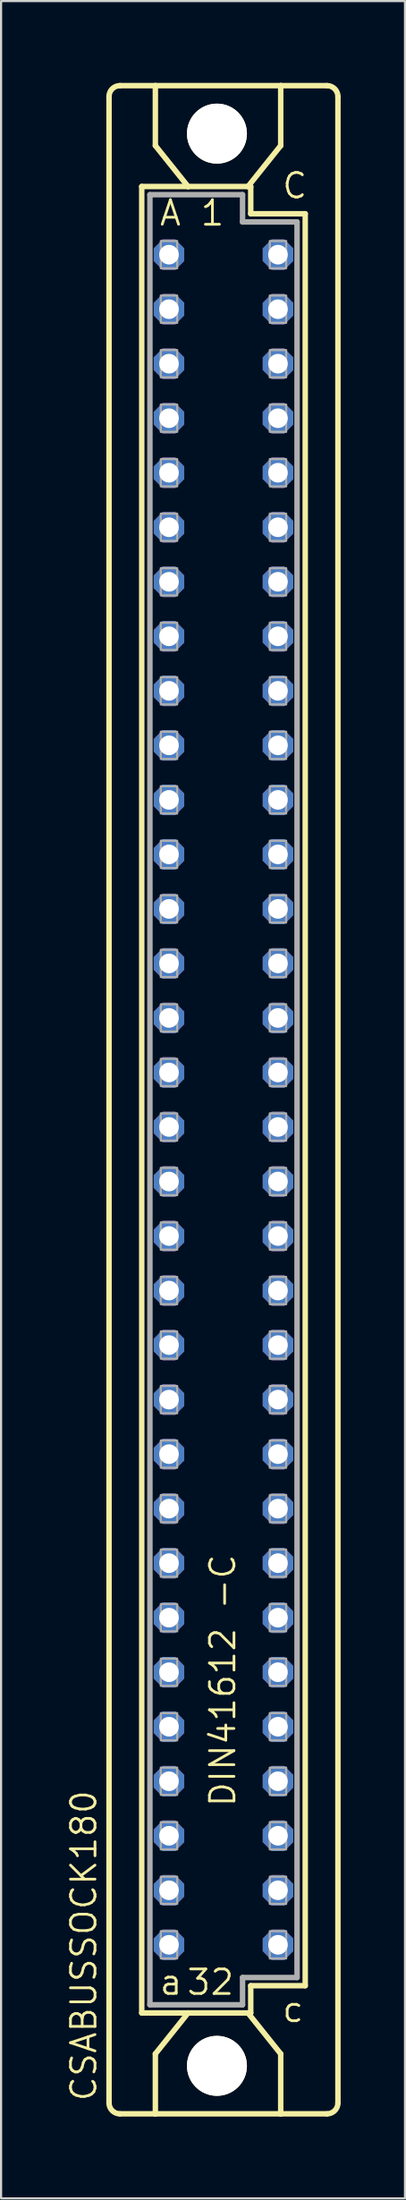
<source format=kicad_pcb>
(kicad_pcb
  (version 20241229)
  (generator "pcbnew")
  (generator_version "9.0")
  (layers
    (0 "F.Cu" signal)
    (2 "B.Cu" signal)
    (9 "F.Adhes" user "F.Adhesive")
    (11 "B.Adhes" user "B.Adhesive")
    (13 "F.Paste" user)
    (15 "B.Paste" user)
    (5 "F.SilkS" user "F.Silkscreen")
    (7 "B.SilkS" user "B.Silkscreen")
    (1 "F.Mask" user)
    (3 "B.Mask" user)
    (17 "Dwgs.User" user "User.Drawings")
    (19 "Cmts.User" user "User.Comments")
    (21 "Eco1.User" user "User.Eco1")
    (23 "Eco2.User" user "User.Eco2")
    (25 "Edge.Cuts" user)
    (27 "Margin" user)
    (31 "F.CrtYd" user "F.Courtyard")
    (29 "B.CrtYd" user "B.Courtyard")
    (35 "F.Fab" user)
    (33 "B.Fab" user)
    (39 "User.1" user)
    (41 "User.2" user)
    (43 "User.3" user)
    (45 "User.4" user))
  (footprint "CSABUSSOCK180"
    (layer "F.Cu")
    (at 7.366 50.724)
    (property "Reference" "CSABUSSOCK180" (at -5.842 44.196 90) (layer "F.SilkS") (effects (font (size 1.143 1.143) (thickness 0.127)) (justify left bottom)))
    (fp_line (start -5.334 44.196) (end -5.334 -49.276) (stroke (width 0.254) (type solid)) (layer "F.SilkS"))
    (fp_line (start -4.826 -49.784) (end -3.175 -49.784) (stroke (width 0.254) (type solid)) (layer "F.SilkS"))
    (fp_line (start -4.826 44.704) (end -3.175 44.704) (stroke (width 0.254) (type solid)) (layer "F.SilkS"))
    (fp_line (start -3.81 -45.085) (end -3.81 40.005) (stroke (width 0.254) (type solid)) (layer "F.SilkS"))
    (fp_line (start -3.81 40.005) (end -1.651 40.005) (stroke (width 0.254) (type solid)) (layer "F.SilkS"))
    (fp_line (start -3.175 -49.784) (end -3.175 -46.99) (stroke (width 0.254) (type solid)) (layer "F.SilkS"))
    (fp_line (start -3.175 44.704) (end -3.175 41.91) (stroke (width 0.254) (type solid)) (layer "F.SilkS"))
    (fp_line (start -3.175 44.704) (end 2.667 44.704) (stroke (width 0.254) (type solid)) (layer "F.SilkS"))
    (fp_line (start -1.651 -45.085) (end -3.81 -45.085) (stroke (width 0.254) (type solid)) (layer "F.SilkS"))
    (fp_line (start -1.651 -45.085) (end -3.175 -46.99) (stroke (width 0.254) (type solid)) (layer "F.SilkS"))
    (fp_line (start -1.651 40.005) (end -3.175 41.91) (stroke (width 0.254) (type solid)) (layer "F.SilkS"))
    (fp_line (start -1.651 40.005) (end 1.143 40.005) (stroke (width 0.254) (type solid)) (layer "F.SilkS"))
    (fp_line (start 1.143 -45.085) (end -1.651 -45.085) (stroke (width 0.254) (type solid)) (layer "F.SilkS"))
    (fp_line (start 1.143 -45.085) (end 2.667 -46.99) (stroke (width 0.254) (type solid)) (layer "F.SilkS"))
    (fp_line (start 1.143 40.005) (end 1.27 40.005) (stroke (width 0.254) (type solid)) (layer "F.SilkS"))
    (fp_line (start 1.143 40.005) (end 2.667 41.91) (stroke (width 0.254) (type solid)) (layer "F.SilkS"))
    (fp_line (start 1.27 -45.085) (end 1.143 -45.085) (stroke (width 0.254) (type solid)) (layer "F.SilkS"))
    (fp_line (start 1.27 -43.815) (end 1.27 -45.085) (stroke (width 0.254) (type solid)) (layer "F.SilkS"))
    (fp_line (start 1.27 38.735) (end 3.81 38.735) (stroke (width 0.254) (type solid)) (layer "F.SilkS"))
    (fp_line (start 1.27 40.005) (end 1.27 38.735) (stroke (width 0.254) (type solid)) (layer "F.SilkS"))
    (fp_line (start 2.667 -49.784) (end -3.175 -49.784) (stroke (width 0.254) (type solid)) (layer "F.SilkS"))
    (fp_line (start 2.667 -49.784) (end 2.667 -46.99) (stroke (width 0.254) (type solid)) (layer "F.SilkS"))
    (fp_line (start 2.667 44.704) (end 2.667 41.91) (stroke (width 0.254) (type solid)) (layer "F.SilkS"))
    (fp_line (start 2.667 44.704) (end 4.826 44.704) (stroke (width 0.254) (type solid)) (layer "F.SilkS"))
    (fp_line (start 3.81 -43.815) (end 1.27 -43.815) (stroke (width 0.254) (type solid)) (layer "F.SilkS"))
    (fp_line (start 3.81 38.735) (end 3.81 -43.815) (stroke (width 0.254) (type solid)) (layer "F.SilkS"))
    (fp_line (start 4.826 -49.784) (end 2.667 -49.784) (stroke (width 0.254) (type solid)) (layer "F.SilkS"))
    (fp_line (start 5.334 44.196) (end 5.334 -49.276) (stroke (width 0.254) (type solid)) (layer "F.SilkS"))
    (fp_arc (start -5.334 -49.276) (mid -5.18521 -49.63521) (end -4.826 -49.784) (stroke (width 0.254) (type solid)) (layer "F.SilkS"))
    (fp_arc (start -4.826 44.704) (mid -5.18521 44.55521) (end -5.334 44.196) (stroke (width 0.254) (type solid)) (layer "F.SilkS"))
    (fp_arc (start 4.826 -49.784) (mid 5.18521 -49.63521) (end 5.334 -49.276) (stroke (width 0.254) (type solid)) (layer "F.SilkS"))
    (fp_arc (start 5.334 44.196) (mid 5.18521 44.55521) (end 4.826 44.704) (stroke (width 0.254) (type solid)) (layer "F.SilkS"))
    (fp_circle (center -0.305 -47.549) (end 0.965 -47.549) (stroke (width 0.254) (type solid)) (fill no) (layer "F.SilkS"))
    (fp_circle (center -0.305 42.469) (end 0.965 42.469) (stroke (width 0.254) (type solid)) (fill no) (layer "F.SilkS"))
    (fp_line (start -3.429 -44.704) (end -3.429 39.624) (stroke (width 0.254) (type solid)) (layer "F.Fab"))
    (fp_line (start -3.429 -44.704) (end 0.889 -44.704) (stroke (width 0.254) (type solid)) (layer "F.Fab"))
    (fp_line (start -3.429 39.624) (end 0.889 39.624) (stroke (width 0.254) (type solid)) (layer "F.Fab"))
    (fp_line (start 0.889 -44.704) (end 0.889 -43.434) (stroke (width 0.254) (type solid)) (layer "F.Fab"))
    (fp_line (start 0.889 -43.434) (end 3.429 -43.434) (stroke (width 0.254) (type solid)) (layer "F.Fab"))
    (fp_line (start 0.889 38.354) (end 3.429 38.354) (stroke (width 0.254) (type solid)) (layer "F.Fab"))
    (fp_line (start 0.889 39.624) (end 0.889 38.354) (stroke (width 0.254) (type solid)) (layer "F.Fab"))
    (fp_line (start 3.429 -43.434) (end 3.429 38.354) (stroke (width 0.254) (type solid)) (layer "F.Fab"))
    (fp_poly (pts (xy -2.921 -41.275) (xy -2.159 -41.275) (xy -2.159 -42.545) (xy -2.921 -42.545)) (stroke (width 0.1) (type default)) (fill no) (layer "F.Fab"))
    (fp_poly (pts (xy -2.921 -38.735) (xy -2.159 -38.735) (xy -2.159 -40.005) (xy -2.921 -40.005)) (stroke (width 0.1) (type default)) (fill no) (layer "F.Fab"))
    (fp_poly (pts (xy -2.921 -36.195) (xy -2.159 -36.195) (xy -2.159 -37.465) (xy -2.921 -37.465)) (stroke (width 0.1) (type default)) (fill no) (layer "F.Fab"))
    (fp_poly (pts (xy -2.921 -33.655) (xy -2.159 -33.655) (xy -2.159 -34.925) (xy -2.921 -34.925)) (stroke (width 0.1) (type default)) (fill no) (layer "F.Fab"))
    (fp_poly (pts (xy -2.921 -31.115) (xy -2.159 -31.115) (xy -2.159 -32.385) (xy -2.921 -32.385)) (stroke (width 0.1) (type default)) (fill no) (layer "F.Fab"))
    (fp_poly (pts (xy -2.921 -28.575) (xy -2.159 -28.575) (xy -2.159 -29.845) (xy -2.921 -29.845)) (stroke (width 0.1) (type default)) (fill no) (layer "F.Fab"))
    (fp_poly (pts (xy -2.921 -26.035) (xy -2.159 -26.035) (xy -2.159 -27.305) (xy -2.921 -27.305)) (stroke (width 0.1) (type default)) (fill no) (layer "F.Fab"))
    (fp_poly (pts (xy -2.921 -23.495) (xy -2.159 -23.495) (xy -2.159 -24.765) (xy -2.921 -24.765)) (stroke (width 0.1) (type default)) (fill no) (layer "F.Fab"))
    (fp_poly (pts (xy -2.921 -20.955) (xy -2.159 -20.955) (xy -2.159 -22.225) (xy -2.921 -22.225)) (stroke (width 0.1) (type default)) (fill no) (layer "F.Fab"))
    (fp_poly (pts (xy -2.921 -18.415) (xy -2.159 -18.415) (xy -2.159 -19.685) (xy -2.921 -19.685)) (stroke (width 0.1) (type default)) (fill no) (layer "F.Fab"))
    (fp_poly (pts (xy -2.921 -15.875) (xy -2.159 -15.875) (xy -2.159 -17.145) (xy -2.921 -17.145)) (stroke (width 0.1) (type default)) (fill no) (layer "F.Fab"))
    (fp_poly (pts (xy -2.921 -13.335) (xy -2.159 -13.335) (xy -2.159 -14.605) (xy -2.921 -14.605)) (stroke (width 0.1) (type default)) (fill no) (layer "F.Fab"))
    (fp_poly (pts (xy -2.921 -10.795) (xy -2.159 -10.795) (xy -2.159 -12.065) (xy -2.921 -12.065)) (stroke (width 0.1) (type default)) (fill no) (layer "F.Fab"))
    (fp_poly (pts (xy -2.921 -8.255) (xy -2.159 -8.255) (xy -2.159 -9.525) (xy -2.921 -9.525)) (stroke (width 0.1) (type default)) (fill no) (layer "F.Fab"))
    (fp_poly (pts (xy -2.921 -5.715) (xy -2.159 -5.715) (xy -2.159 -6.985) (xy -2.921 -6.985)) (stroke (width 0.1) (type default)) (fill no) (layer "F.Fab"))
    (fp_poly (pts (xy -2.921 -3.175) (xy -2.159 -3.175) (xy -2.159 -4.445) (xy -2.921 -4.445)) (stroke (width 0.1) (type default)) (fill no) (layer "F.Fab"))
    (fp_poly (pts (xy -2.921 -0.635) (xy -2.159 -0.635) (xy -2.159 -1.905) (xy -2.921 -1.905)) (stroke (width 0.1) (type default)) (fill no) (layer "F.Fab"))
    (fp_poly (pts (xy -2.921 1.905) (xy -2.159 1.905) (xy -2.159 0.635) (xy -2.921 0.635)) (stroke (width 0.1) (type default)) (fill no) (layer "F.Fab"))
    (fp_poly (pts (xy -2.921 4.445) (xy -2.159 4.445) (xy -2.159 3.175) (xy -2.921 3.175)) (stroke (width 0.1) (type default)) (fill no) (layer "F.Fab"))
    (fp_poly (pts (xy -2.921 6.985) (xy -2.159 6.985) (xy -2.159 5.715) (xy -2.921 5.715)) (stroke (width 0.1) (type default)) (fill no) (layer "F.Fab"))
    (fp_poly (pts (xy -2.921 9.525) (xy -2.159 9.525) (xy -2.159 8.255) (xy -2.921 8.255)) (stroke (width 0.1) (type default)) (fill no) (layer "F.Fab"))
    (fp_poly (pts (xy -2.921 12.065) (xy -2.159 12.065) (xy -2.159 10.795) (xy -2.921 10.795)) (stroke (width 0.1) (type default)) (fill no) (layer "F.Fab"))
    (fp_poly (pts (xy -2.921 14.605) (xy -2.159 14.605) (xy -2.159 13.335) (xy -2.921 13.335)) (stroke (width 0.1) (type default)) (fill no) (layer "F.Fab"))
    (fp_poly (pts (xy -2.921 17.145) (xy -2.159 17.145) (xy -2.159 15.875) (xy -2.921 15.875)) (stroke (width 0.1) (type default)) (fill no) (layer "F.Fab"))
    (fp_poly (pts (xy -2.921 19.685) (xy -2.159 19.685) (xy -2.159 18.415) (xy -2.921 18.415)) (stroke (width 0.1) (type default)) (fill no) (layer "F.Fab"))
    (fp_poly (pts (xy -2.921 22.225) (xy -2.159 22.225) (xy -2.159 20.955) (xy -2.921 20.955)) (stroke (width 0.1) (type default)) (fill no) (layer "F.Fab"))
    (fp_poly (pts (xy -2.921 24.765) (xy -2.159 24.765) (xy -2.159 23.495) (xy -2.921 23.495)) (stroke (width 0.1) (type default)) (fill no) (layer "F.Fab"))
    (fp_poly (pts (xy -2.921 27.305) (xy -2.159 27.305) (xy -2.159 26.035) (xy -2.921 26.035)) (stroke (width 0.1) (type default)) (fill no) (layer "F.Fab"))
    (fp_poly (pts (xy -2.921 29.845) (xy -2.159 29.845) (xy -2.159 28.575) (xy -2.921 28.575)) (stroke (width 0.1) (type default)) (fill no) (layer "F.Fab"))
    (fp_poly (pts (xy -2.921 32.385) (xy -2.159 32.385) (xy -2.159 31.115) (xy -2.921 31.115)) (stroke (width 0.1) (type default)) (fill no) (layer "F.Fab"))
    (fp_poly (pts (xy -2.921 34.925) (xy -2.159 34.925) (xy -2.159 33.655) (xy -2.921 33.655)) (stroke (width 0.1) (type default)) (fill no) (layer "F.Fab"))
    (fp_poly (pts (xy -2.921 37.465) (xy -2.159 37.465) (xy -2.159 36.195) (xy -2.921 36.195)) (stroke (width 0.1) (type default)) (fill no) (layer "F.Fab"))
    (fp_poly (pts (xy 2.159 -41.275) (xy 2.921 -41.275) (xy 2.921 -42.545) (xy 2.159 -42.545)) (stroke (width 0.1) (type default)) (fill no) (layer "F.Fab"))
    (fp_poly (pts (xy 2.159 -38.735) (xy 2.921 -38.735) (xy 2.921 -40.005) (xy 2.159 -40.005)) (stroke (width 0.1) (type default)) (fill no) (layer "F.Fab"))
    (fp_poly (pts (xy 2.159 -36.195) (xy 2.921 -36.195) (xy 2.921 -37.465) (xy 2.159 -37.465)) (stroke (width 0.1) (type default)) (fill no) (layer "F.Fab"))
    (fp_poly (pts (xy 2.159 -33.655) (xy 2.921 -33.655) (xy 2.921 -34.925) (xy 2.159 -34.925)) (stroke (width 0.1) (type default)) (fill no) (layer "F.Fab"))
    (fp_poly (pts (xy 2.159 -31.115) (xy 2.921 -31.115) (xy 2.921 -32.385) (xy 2.159 -32.385)) (stroke (width 0.1) (type default)) (fill no) (layer "F.Fab"))
    (fp_poly (pts (xy 2.159 -28.575) (xy 2.921 -28.575) (xy 2.921 -29.845) (xy 2.159 -29.845)) (stroke (width 0.1) (type default)) (fill no) (layer "F.Fab"))
    (fp_poly (pts (xy 2.159 -26.035) (xy 2.921 -26.035) (xy 2.921 -27.305) (xy 2.159 -27.305)) (stroke (width 0.1) (type default)) (fill no) (layer "F.Fab"))
    (fp_poly (pts (xy 2.159 -23.495) (xy 2.921 -23.495) (xy 2.921 -24.765) (xy 2.159 -24.765)) (stroke (width 0.1) (type default)) (fill no) (layer "F.Fab"))
    (fp_poly (pts (xy 2.159 -20.955) (xy 2.921 -20.955) (xy 2.921 -22.225) (xy 2.159 -22.225)) (stroke (width 0.1) (type default)) (fill no) (layer "F.Fab"))
    (fp_poly (pts (xy 2.159 -18.415) (xy 2.921 -18.415) (xy 2.921 -19.685) (xy 2.159 -19.685)) (stroke (width 0.1) (type default)) (fill no) (layer "F.Fab"))
    (fp_poly (pts (xy 2.159 -15.875) (xy 2.921 -15.875) (xy 2.921 -17.145) (xy 2.159 -17.145)) (stroke (width 0.1) (type default)) (fill no) (layer "F.Fab"))
    (fp_poly (pts (xy 2.159 -13.335) (xy 2.921 -13.335) (xy 2.921 -14.605) (xy 2.159 -14.605)) (stroke (width 0.1) (type default)) (fill no) (layer "F.Fab"))
    (fp_poly (pts (xy 2.159 -10.795) (xy 2.921 -10.795) (xy 2.921 -12.065) (xy 2.159 -12.065)) (stroke (width 0.1) (type default)) (fill no) (layer "F.Fab"))
    (fp_poly (pts (xy 2.159 -8.255) (xy 2.921 -8.255) (xy 2.921 -9.525) (xy 2.159 -9.525)) (stroke (width 0.1) (type default)) (fill no) (layer "F.Fab"))
    (fp_poly (pts (xy 2.159 -5.715) (xy 2.921 -5.715) (xy 2.921 -6.985) (xy 2.159 -6.985)) (stroke (width 0.1) (type default)) (fill no) (layer "F.Fab"))
    (fp_poly (pts (xy 2.159 -3.175) (xy 2.921 -3.175) (xy 2.921 -4.445) (xy 2.159 -4.445)) (stroke (width 0.1) (type default)) (fill no) (layer "F.Fab"))
    (fp_poly (pts (xy 2.159 -0.635) (xy 2.921 -0.635) (xy 2.921 -1.905) (xy 2.159 -1.905)) (stroke (width 0.1) (type default)) (fill no) (layer "F.Fab"))
    (fp_poly (pts (xy 2.159 1.905) (xy 2.921 1.905) (xy 2.921 0.635) (xy 2.159 0.635)) (stroke (width 0.1) (type default)) (fill no) (layer "F.Fab"))
    (fp_poly (pts (xy 2.159 4.445) (xy 2.921 4.445) (xy 2.921 3.175) (xy 2.159 3.175)) (stroke (width 0.1) (type default)) (fill no) (layer "F.Fab"))
    (fp_poly (pts (xy 2.159 6.985) (xy 2.921 6.985) (xy 2.921 5.715) (xy 2.159 5.715)) (stroke (width 0.1) (type default)) (fill no) (layer "F.Fab"))
    (fp_poly (pts (xy 2.159 9.525) (xy 2.921 9.525) (xy 2.921 8.255) (xy 2.159 8.255)) (stroke (width 0.1) (type default)) (fill no) (layer "F.Fab"))
    (fp_poly (pts (xy 2.159 12.065) (xy 2.921 12.065) (xy 2.921 10.795) (xy 2.159 10.795)) (stroke (width 0.1) (type default)) (fill no) (layer "F.Fab"))
    (fp_poly (pts (xy 2.159 14.605) (xy 2.921 14.605) (xy 2.921 13.335) (xy 2.159 13.335)) (stroke (width 0.1) (type default)) (fill no) (layer "F.Fab"))
    (fp_poly (pts (xy 2.159 17.145) (xy 2.921 17.145) (xy 2.921 15.875) (xy 2.159 15.875)) (stroke (width 0.1) (type default)) (fill no) (layer "F.Fab"))
    (fp_poly (pts (xy 2.159 19.685) (xy 2.921 19.685) (xy 2.921 18.415) (xy 2.159 18.415)) (stroke (width 0.1) (type default)) (fill no) (layer "F.Fab"))
    (fp_poly (pts (xy 2.159 22.225) (xy 2.921 22.225) (xy 2.921 20.955) (xy 2.159 20.955)) (stroke (width 0.1) (type default)) (fill no) (layer "F.Fab"))
    (fp_poly (pts (xy 2.159 24.765) (xy 2.921 24.765) (xy 2.921 23.495) (xy 2.159 23.495)) (stroke (width 0.1) (type default)) (fill no) (layer "F.Fab"))
    (fp_poly (pts (xy 2.159 27.305) (xy 2.921 27.305) (xy 2.921 26.035) (xy 2.159 26.035)) (stroke (width 0.1) (type default)) (fill no) (layer "F.Fab"))
    (fp_poly (pts (xy 2.159 29.845) (xy 2.921 29.845) (xy 2.921 28.575) (xy 2.159 28.575)) (stroke (width 0.1) (type default)) (fill no) (layer "F.Fab"))
    (fp_poly (pts (xy 2.159 32.385) (xy 2.921 32.385) (xy 2.921 31.115) (xy 2.159 31.115)) (stroke (width 0.1) (type default)) (fill no) (layer "F.Fab"))
    (fp_poly (pts (xy 2.159 34.925) (xy 2.921 34.925) (xy 2.921 33.655) (xy 2.159 33.655)) (stroke (width 0.1) (type default)) (fill no) (layer "F.Fab"))
    (fp_poly (pts (xy 2.159 37.465) (xy 2.921 37.465) (xy 2.921 36.195) (xy 2.159 36.195)) (stroke (width 0.1) (type default)) (fill no) (layer "F.Fab"))
    (fp_text user "32" (at -1.778 39.243 0) (layer "F.SilkS") (effects (font (size 1.143 1.143) (thickness 0.127)) (justify left bottom)))
    (fp_text user "C" (at 2.667 -44.45 0) (layer "F.SilkS") (effects (font (size 1.143 1.143) (thickness 0.127)) (justify left bottom)))
    (fp_text user "1" (at -1.143 -43.18 0) (layer "F.SilkS") (effects (font (size 1.143 1.143) (thickness 0.127)) (justify left bottom)))
    (fp_text user "a" (at -3.048 39.243 0) (layer "F.SilkS") (effects (font (size 1.143 1.143) (thickness 0.127)) (justify left bottom)))
    (fp_text user "DIN41612 -C" (at 0.635 30.48 90) (layer "F.SilkS") (effects (font (size 1.143 1.143) (thickness 0.127)) (justify left bottom)))
    (fp_text user "A" (at -3.048 -43.18 0) (layer "F.SilkS") (effects (font (size 1.143 1.143) (thickness 0.127)) (justify left bottom)))
    (fp_text user "c" (at 2.667 40.513 0) (layer "F.SilkS") (effects (font (size 1.143 1.143) (thickness 0.127)) (justify left bottom)))
    (pad "" np_thru_hole circle (at -0.305 -47.549) (size 2.794 2.794) (drill 2.794) (layers "*.Cu" "*.Mask"))
    (pad "" np_thru_hole circle (at -0.305 42.469) (size 2.794 2.794) (drill 2.794) (layers "*.Cu" "*.Mask"))
    (pad "A1" thru_hole roundrect (at -2.54 -41.91) (size 1.422 1.422) (drill 0.914) (layers "*.Cu" "*.Mask") (roundrect_rratio 0.25) (chamfer_ratio 0.293) (chamfer top_left top_right bottom_left bottom_right))
    (pad "A2" thru_hole roundrect (at -2.54 -39.37) (size 1.422 1.422) (drill 0.914) (layers "*.Cu" "*.Mask") (roundrect_rratio 0.25) (chamfer_ratio 0.293) (chamfer top_left top_right bottom_left bottom_right))
    (pad "A3" thru_hole roundrect (at -2.54 -36.83) (size 1.422 1.422) (drill 0.914) (layers "*.Cu" "*.Mask") (roundrect_rratio 0.25) (chamfer_ratio 0.293) (chamfer top_left top_right bottom_left bottom_right))
    (pad "A4" thru_hole roundrect (at -2.54 -34.29) (size 1.422 1.422) (drill 0.914) (layers "*.Cu" "*.Mask") (roundrect_rratio 0.25) (chamfer_ratio 0.293) (chamfer top_left top_right bottom_left bottom_right))
    (pad "A5" thru_hole roundrect (at -2.54 -31.75) (size 1.422 1.422) (drill 0.914) (layers "*.Cu" "*.Mask") (roundrect_rratio 0.25) (chamfer_ratio 0.293) (chamfer top_left top_right bottom_left bottom_right))
    (pad "A6" thru_hole roundrect (at -2.54 -29.21) (size 1.422 1.422) (drill 0.914) (layers "*.Cu" "*.Mask") (roundrect_rratio 0.25) (chamfer_ratio 0.293) (chamfer top_left top_right bottom_left bottom_right))
    (pad "A7" thru_hole roundrect (at -2.54 -26.67) (size 1.422 1.422) (drill 0.914) (layers "*.Cu" "*.Mask") (roundrect_rratio 0.25) (chamfer_ratio 0.293) (chamfer top_left top_right bottom_left bottom_right))
    (pad "A8" thru_hole roundrect (at -2.54 -24.13) (size 1.422 1.422) (drill 0.914) (layers "*.Cu" "*.Mask") (roundrect_rratio 0.25) (chamfer_ratio 0.293) (chamfer top_left top_right bottom_left bottom_right))
    (pad "A9" thru_hole roundrect (at -2.54 -21.59) (size 1.422 1.422) (drill 0.914) (layers "*.Cu" "*.Mask") (roundrect_rratio 0.25) (chamfer_ratio 0.293) (chamfer top_left top_right bottom_left bottom_right))
    (pad "A10" thru_hole roundrect (at -2.54 -19.05) (size 1.422 1.422) (drill 0.914) (layers "*.Cu" "*.Mask") (roundrect_rratio 0.25) (chamfer_ratio 0.293) (chamfer top_left top_right bottom_left bottom_right))
    (pad "A11" thru_hole roundrect (at -2.54 -16.51) (size 1.422 1.422) (drill 0.914) (layers "*.Cu" "*.Mask") (roundrect_rratio 0.25) (chamfer_ratio 0.293) (chamfer top_left top_right bottom_left bottom_right))
    (pad "A12" thru_hole roundrect (at -2.54 -13.97) (size 1.422 1.422) (drill 0.914) (layers "*.Cu" "*.Mask") (roundrect_rratio 0.25) (chamfer_ratio 0.293) (chamfer top_left top_right bottom_left bottom_right))
    (pad "A13" thru_hole roundrect (at -2.54 -11.43) (size 1.422 1.422) (drill 0.914) (layers "*.Cu" "*.Mask") (roundrect_rratio 0.25) (chamfer_ratio 0.293) (chamfer top_left top_right bottom_left bottom_right))
    (pad "A14" thru_hole roundrect (at -2.54 -8.89) (size 1.422 1.422) (drill 0.914) (layers "*.Cu" "*.Mask") (roundrect_rratio 0.25) (chamfer_ratio 0.293) (chamfer top_left top_right bottom_left bottom_right))
    (pad "A15" thru_hole roundrect (at -2.54 -6.35) (size 1.422 1.422) (drill 0.914) (layers "*.Cu" "*.Mask") (roundrect_rratio 0.25) (chamfer_ratio 0.293) (chamfer top_left top_right bottom_left bottom_right))
    (pad "A16" thru_hole roundrect (at -2.54 -3.81) (size 1.422 1.422) (drill 0.914) (layers "*.Cu" "*.Mask") (roundrect_rratio 0.25) (chamfer_ratio 0.293) (chamfer top_left top_right bottom_left bottom_right))
    (pad "A17" thru_hole roundrect (at -2.54 -1.27) (size 1.422 1.422) (drill 0.914) (layers "*.Cu" "*.Mask") (roundrect_rratio 0.25) (chamfer_ratio 0.293) (chamfer top_left top_right bottom_left bottom_right))
    (pad "A18" thru_hole roundrect (at -2.54 1.27) (size 1.422 1.422) (drill 0.914) (layers "*.Cu" "*.Mask") (roundrect_rratio 0.25) (chamfer_ratio 0.293) (chamfer top_left top_right bottom_left bottom_right))
    (pad "A19" thru_hole roundrect (at -2.54 3.81) (size 1.422 1.422) (drill 0.914) (layers "*.Cu" "*.Mask") (roundrect_rratio 0.25) (chamfer_ratio 0.293) (chamfer top_left top_right bottom_left bottom_right))
    (pad "A20" thru_hole roundrect (at -2.54 6.35) (size 1.422 1.422) (drill 0.914) (layers "*.Cu" "*.Mask") (roundrect_rratio 0.25) (chamfer_ratio 0.293) (chamfer top_left top_right bottom_left bottom_right))
    (pad "A21" thru_hole roundrect (at -2.54 8.89) (size 1.422 1.422) (drill 0.914) (layers "*.Cu" "*.Mask") (roundrect_rratio 0.25) (chamfer_ratio 0.293) (chamfer top_left top_right bottom_left bottom_right))
    (pad "A22" thru_hole roundrect (at -2.54 11.43) (size 1.422 1.422) (drill 0.914) (layers "*.Cu" "*.Mask") (roundrect_rratio 0.25) (chamfer_ratio 0.293) (chamfer top_left top_right bottom_left bottom_right))
    (pad "A23" thru_hole roundrect (at -2.54 13.97) (size 1.422 1.422) (drill 0.914) (layers "*.Cu" "*.Mask") (roundrect_rratio 0.25) (chamfer_ratio 0.293) (chamfer top_left top_right bottom_left bottom_right))
    (pad "A24" thru_hole roundrect (at -2.54 16.51) (size 1.422 1.422) (drill 0.914) (layers "*.Cu" "*.Mask") (roundrect_rratio 0.25) (chamfer_ratio 0.293) (chamfer top_left top_right bottom_left bottom_right))
    (pad "A25" thru_hole roundrect (at -2.54 19.05) (size 1.422 1.422) (drill 0.914) (layers "*.Cu" "*.Mask") (roundrect_rratio 0.25) (chamfer_ratio 0.293) (chamfer top_left top_right bottom_left bottom_right))
    (pad "A26" thru_hole roundrect (at -2.54 21.59) (size 1.422 1.422) (drill 0.914) (layers "*.Cu" "*.Mask") (roundrect_rratio 0.25) (chamfer_ratio 0.293) (chamfer top_left top_right bottom_left bottom_right))
    (pad "A27" thru_hole roundrect (at -2.54 24.13) (size 1.422 1.422) (drill 0.914) (layers "*.Cu" "*.Mask") (roundrect_rratio 0.25) (chamfer_ratio 0.293) (chamfer top_left top_right bottom_left bottom_right))
    (pad "A28" thru_hole roundrect (at -2.54 26.67) (size 1.422 1.422) (drill 0.914) (layers "*.Cu" "*.Mask") (roundrect_rratio 0.25) (chamfer_ratio 0.293) (chamfer top_left top_right bottom_left bottom_right))
    (pad "A29" thru_hole roundrect (at -2.54 29.21) (size 1.422 1.422) (drill 0.914) (layers "*.Cu" "*.Mask") (roundrect_rratio 0.25) (chamfer_ratio 0.293) (chamfer top_left top_right bottom_left bottom_right))
    (pad "A30" thru_hole roundrect (at -2.54 31.75) (size 1.422 1.422) (drill 0.914) (layers "*.Cu" "*.Mask") (roundrect_rratio 0.25) (chamfer_ratio 0.293) (chamfer top_left top_right bottom_left bottom_right))
    (pad "A31" thru_hole roundrect (at -2.54 34.29) (size 1.422 1.422) (drill 0.914) (layers "*.Cu" "*.Mask") (roundrect_rratio 0.25) (chamfer_ratio 0.293) (chamfer top_left top_right bottom_left bottom_right))
    (pad "A32" thru_hole roundrect (at -2.54 36.83) (size 1.422 1.422) (drill 0.914) (layers "*.Cu" "*.Mask") (roundrect_rratio 0.25) (chamfer_ratio 0.293) (chamfer top_left top_right bottom_left bottom_right))
    (pad "C1" thru_hole roundrect (at 2.54 -41.91) (size 1.422 1.422) (drill 0.914) (layers "*.Cu" "*.Mask") (roundrect_rratio 0.25) (chamfer_ratio 0.293) (chamfer top_left top_right bottom_left bottom_right))
    (pad "C2" thru_hole roundrect (at 2.54 -39.37) (size 1.422 1.422) (drill 0.914) (layers "*.Cu" "*.Mask") (roundrect_rratio 0.25) (chamfer_ratio 0.293) (chamfer top_left top_right bottom_left bottom_right))
    (pad "C3" thru_hole roundrect (at 2.54 -36.83) (size 1.422 1.422) (drill 0.914) (layers "*.Cu" "*.Mask") (roundrect_rratio 0.25) (chamfer_ratio 0.293) (chamfer top_left top_right bottom_left bottom_right))
    (pad "C4" thru_hole roundrect (at 2.54 -34.29) (size 1.422 1.422) (drill 0.914) (layers "*.Cu" "*.Mask") (roundrect_rratio 0.25) (chamfer_ratio 0.293) (chamfer top_left top_right bottom_left bottom_right))
    (pad "C5" thru_hole roundrect (at 2.54 -31.75) (size 1.422 1.422) (drill 0.914) (layers "*.Cu" "*.Mask") (roundrect_rratio 0.25) (chamfer_ratio 0.293) (chamfer top_left top_right bottom_left bottom_right))
    (pad "C6" thru_hole roundrect (at 2.54 -29.21) (size 1.422 1.422) (drill 0.914) (layers "*.Cu" "*.Mask") (roundrect_rratio 0.25) (chamfer_ratio 0.293) (chamfer top_left top_right bottom_left bottom_right))
    (pad "C7" thru_hole roundrect (at 2.54 -26.67) (size 1.422 1.422) (drill 0.914) (layers "*.Cu" "*.Mask") (roundrect_rratio 0.25) (chamfer_ratio 0.293) (chamfer top_left top_right bottom_left bottom_right))
    (pad "C8" thru_hole roundrect (at 2.54 -24.13) (size 1.422 1.422) (drill 0.914) (layers "*.Cu" "*.Mask") (roundrect_rratio 0.25) (chamfer_ratio 0.293) (chamfer top_left top_right bottom_left bottom_right))
    (pad "C9" thru_hole roundrect (at 2.54 -21.59) (size 1.422 1.422) (drill 0.914) (layers "*.Cu" "*.Mask") (roundrect_rratio 0.25) (chamfer_ratio 0.293) (chamfer top_left top_right bottom_left bottom_right))
    (pad "C10" thru_hole roundrect (at 2.54 -19.05) (size 1.422 1.422) (drill 0.914) (layers "*.Cu" "*.Mask") (roundrect_rratio 0.25) (chamfer_ratio 0.293) (chamfer top_left top_right bottom_left bottom_right))
    (pad "C11" thru_hole roundrect (at 2.54 -16.51) (size 1.422 1.422) (drill 0.914) (layers "*.Cu" "*.Mask") (roundrect_rratio 0.25) (chamfer_ratio 0.293) (chamfer top_left top_right bottom_left bottom_right))
    (pad "C12" thru_hole roundrect (at 2.54 -13.97) (size 1.422 1.422) (drill 0.914) (layers "*.Cu" "*.Mask") (roundrect_rratio 0.25) (chamfer_ratio 0.293) (chamfer top_left top_right bottom_left bottom_right))
    (pad "C13" thru_hole roundrect (at 2.54 -11.43) (size 1.422 1.422) (drill 0.914) (layers "*.Cu" "*.Mask") (roundrect_rratio 0.25) (chamfer_ratio 0.293) (chamfer top_left top_right bottom_left bottom_right))
    (pad "C14" thru_hole roundrect (at 2.54 -8.89) (size 1.422 1.422) (drill 0.914) (layers "*.Cu" "*.Mask") (roundrect_rratio 0.25) (chamfer_ratio 0.293) (chamfer top_left top_right bottom_left bottom_right))
    (pad "C15" thru_hole roundrect (at 2.54 -6.35) (size 1.422 1.422) (drill 0.914) (layers "*.Cu" "*.Mask") (roundrect_rratio 0.25) (chamfer_ratio 0.293) (chamfer top_left top_right bottom_left bottom_right))
    (pad "C16" thru_hole roundrect (at 2.54 -3.81) (size 1.422 1.422) (drill 0.914) (layers "*.Cu" "*.Mask") (roundrect_rratio 0.25) (chamfer_ratio 0.293) (chamfer top_left top_right bottom_left bottom_right))
    (pad "C17" thru_hole roundrect (at 2.54 -1.27) (size 1.422 1.422) (drill 0.914) (layers "*.Cu" "*.Mask") (roundrect_rratio 0.25) (chamfer_ratio 0.293) (chamfer top_left top_right bottom_left bottom_right))
    (pad "C18" thru_hole roundrect (at 2.54 1.27) (size 1.422 1.422) (drill 0.914) (layers "*.Cu" "*.Mask") (roundrect_rratio 0.25) (chamfer_ratio 0.293) (chamfer top_left top_right bottom_left bottom_right))
    (pad "C19" thru_hole roundrect (at 2.54 3.81) (size 1.422 1.422) (drill 0.914) (layers "*.Cu" "*.Mask") (roundrect_rratio 0.25) (chamfer_ratio 0.293) (chamfer top_left top_right bottom_left bottom_right))
    (pad "C20" thru_hole roundrect (at 2.54 6.35) (size 1.422 1.422) (drill 0.914) (layers "*.Cu" "*.Mask") (roundrect_rratio 0.25) (chamfer_ratio 0.293) (chamfer top_left top_right bottom_left bottom_right))
    (pad "C21" thru_hole roundrect (at 2.54 8.89) (size 1.422 1.422) (drill 0.914) (layers "*.Cu" "*.Mask") (roundrect_rratio 0.25) (chamfer_ratio 0.293) (chamfer top_left top_right bottom_left bottom_right))
    (pad "C22" thru_hole roundrect (at 2.54 11.43) (size 1.422 1.422) (drill 0.914) (layers "*.Cu" "*.Mask") (roundrect_rratio 0.25) (chamfer_ratio 0.293) (chamfer top_left top_right bottom_left bottom_right))
    (pad "C23" thru_hole roundrect (at 2.54 13.97) (size 1.422 1.422) (drill 0.914) (layers "*.Cu" "*.Mask") (roundrect_rratio 0.25) (chamfer_ratio 0.293) (chamfer top_left top_right bottom_left bottom_right))
    (pad "C24" thru_hole roundrect (at 2.54 16.51) (size 1.422 1.422) (drill 0.914) (layers "*.Cu" "*.Mask") (roundrect_rratio 0.25) (chamfer_ratio 0.293) (chamfer top_left top_right bottom_left bottom_right))
    (pad "C25" thru_hole roundrect (at 2.54 19.05) (size 1.422 1.422) (drill 0.914) (layers "*.Cu" "*.Mask") (roundrect_rratio 0.25) (chamfer_ratio 0.293) (chamfer top_left top_right bottom_left bottom_right))
    (pad "C26" thru_hole roundrect (at 2.54 21.59) (size 1.422 1.422) (drill 0.914) (layers "*.Cu" "*.Mask") (roundrect_rratio 0.25) (chamfer_ratio 0.293) (chamfer top_left top_right bottom_left bottom_right))
    (pad "C27" thru_hole roundrect (at 2.54 24.13) (size 1.422 1.422) (drill 0.914) (layers "*.Cu" "*.Mask") (roundrect_rratio 0.25) (chamfer_ratio 0.293) (chamfer top_left top_right bottom_left bottom_right))
    (pad "C28" thru_hole roundrect (at 2.54 26.67) (size 1.422 1.422) (drill 0.914) (layers "*.Cu" "*.Mask") (roundrect_rratio 0.25) (chamfer_ratio 0.293) (chamfer top_left top_right bottom_left bottom_right))
    (pad "C29" thru_hole roundrect (at 2.54 29.21) (size 1.422 1.422) (drill 0.914) (layers "*.Cu" "*.Mask") (roundrect_rratio 0.25) (chamfer_ratio 0.293) (chamfer top_left top_right bottom_left bottom_right))
    (pad "C30" thru_hole roundrect (at 2.54 31.75) (size 1.422 1.422) (drill 0.914) (layers "*.Cu" "*.Mask") (roundrect_rratio 0.25) (chamfer_ratio 0.293) (chamfer top_left top_right bottom_left bottom_right))
    (pad "C31" thru_hole roundrect (at 2.54 34.29) (size 1.422 1.422) (drill 0.914) (layers "*.Cu" "*.Mask") (roundrect_rratio 0.25) (chamfer_ratio 0.293) (chamfer top_left top_right bottom_left bottom_right))
    (pad "C32" thru_hole roundrect (at 2.54 36.83) (size 1.422 1.422) (drill 0.914) (layers "*.Cu" "*.Mask") (roundrect_rratio 0.25) (chamfer_ratio 0.293) (chamfer top_left top_right bottom_left bottom_right))
    (zone (net_name "") (layers "F.Cu" "B.Cu") (hatch edge 0.5) (connect_pads) (min_thickness 0.25) (filled_areas_thickness no) (keepout (tracks allowed) (vias not_allowed) (pads allowed) (copperpour allowed) (footprints allowed)) (placement (enabled no)) (fill) (polygon (pts (xy 10.236 3.175) (xy 10.216 2.82) (xy 10.157 2.468) (xy 10.058 2.126) (xy 9.922 1.797) (xy 9.75 1.486) (xy 9.544 1.195) (xy 9.306 0.93) (xy 9.041 0.693) (xy 8.75 0.487) (xy 8.439 0.314) (xy 8.11 0.178) (xy 7.768 0.08) (xy 7.417 0.02) (xy 7.061 0) (xy 6.706 0.02) (xy 6.355 0.08) (xy 6.013 0.178) (xy 5.684 0.314) (xy 5.372 0.487) (xy 5.082 0.693) (xy 4.816 0.93) (xy 4.579 1.195) (xy 4.373 1.486) (xy 4.201 1.797) (xy 4.064 2.126) (xy 3.966 2.468) (xy 3.906 2.82) (xy 3.886 3.175) (xy 3.906 3.53) (xy 3.966 3.882) (xy 4.064 4.224) (xy 4.201 4.553) (xy 4.373 4.864) (xy 4.579 5.155) (xy 4.816 5.42) (xy 5.082 5.657) (xy 5.372 5.863) (xy 5.684 6.036) (xy 6.013 6.172) (xy 6.355 6.27) (xy 6.706 6.33) (xy 7.061 6.35) (xy 7.417 6.33) (xy 7.768 6.27) (xy 8.11 6.172) (xy 8.439 6.036) (xy 8.75 5.863) (xy 9.041 5.657) (xy 9.306 5.42) (xy 9.544 5.155) (xy 9.75 4.864) (xy 9.922 4.553) (xy 10.058 4.224) (xy 10.157 3.882) (xy 10.216 3.53))) (polygon (pts (xy 8.458 3.175) (xy 8.438 2.939) (xy 8.378 2.71) (xy 8.281 2.494) (xy 8.148 2.297) (xy 7.984 2.126) (xy 7.794 1.985) (xy 7.582 1.879) (xy 7.356 1.809) (xy 7.12 1.779) (xy 6.884 1.789) (xy 6.652 1.839) (xy 6.432 1.928) (xy 6.23 2.052) (xy 6.053 2.208) (xy 5.904 2.393) (xy 5.788 2.6) (xy 5.709 2.823) (xy 5.669 3.057) (xy 5.669 3.293) (xy 5.709 3.527) (xy 5.788 3.75) (xy 5.904 3.957) (xy 6.053 4.142) (xy 6.23 4.298) (xy 6.432 4.422) (xy 6.652 4.511) (xy 6.884 4.561) (xy 7.12 4.571) (xy 7.356 4.541) (xy 7.582 4.471) (xy 7.794 4.365) (xy 7.984 4.224) (xy 8.148 4.053) (xy 8.281 3.856) (xy 8.378 3.64) (xy 8.438 3.411))))
    (zone (net_name "") (layers "F.Cu" "B.Cu") (hatch edge 0.5) (connect_pads) (min_thickness 0.25) (filled_areas_thickness no) (keepout (tracks allowed) (vias not_allowed) (pads allowed) (copperpour allowed) (footprints allowed)) (placement (enabled no)) (fill) (polygon (pts (xy 10.236 93.193) (xy 10.216 92.837) (xy 10.157 92.486) (xy 10.058 92.144) (xy 9.922 91.815) (xy 9.75 91.503) (xy 9.544 91.213) (xy 9.306 90.948) (xy 9.041 90.71) (xy 8.75 90.504) (xy 8.439 90.332) (xy 8.11 90.196) (xy 7.768 90.097) (xy 7.417 90.038) (xy 7.061 90.018) (xy 6.706 90.038) (xy 6.355 90.097) (xy 6.013 90.196) (xy 5.684 90.332) (xy 5.372 90.504) (xy 5.082 90.71) (xy 4.816 90.948) (xy 4.579 91.213) (xy 4.373 91.503) (xy 4.201 91.815) (xy 4.064 92.144) (xy 3.966 92.486) (xy 3.906 92.837) (xy 3.886 93.193) (xy 3.906 93.548) (xy 3.966 93.899) (xy 4.064 94.241) (xy 4.201 94.57) (xy 4.373 94.882) (xy 4.579 95.172) (xy 4.816 95.438) (xy 5.082 95.675) (xy 5.372 95.881) (xy 5.684 96.053) (xy 6.013 96.189) (xy 6.355 96.288) (xy 6.706 96.348) (xy 7.061 96.368) (xy 7.417 96.348) (xy 7.768 96.288) (xy 8.11 96.189) (xy 8.439 96.053) (xy 8.75 95.881) (xy 9.041 95.675) (xy 9.306 95.438) (xy 9.544 95.172) (xy 9.75 94.882) (xy 9.922 94.57) (xy 10.058 94.241) (xy 10.157 93.899) (xy 10.216 93.548))) (polygon (pts (xy 8.458 93.193) (xy 8.438 92.957) (xy 8.378 92.727) (xy 8.281 92.511) (xy 8.148 92.315) (xy 7.984 92.144) (xy 7.794 92.003) (xy 7.582 91.896) (xy 7.356 91.827) (xy 7.12 91.797) (xy 6.884 91.807) (xy 6.652 91.857) (xy 6.432 91.945) (xy 6.23 92.069) (xy 6.053 92.226) (xy 5.904 92.41) (xy 5.788 92.617) (xy 5.709 92.841) (xy 5.669 93.074) (xy 5.669 93.311) (xy 5.709 93.545) (xy 5.788 93.768) (xy 5.904 93.975) (xy 6.053 94.159) (xy 6.23 94.316) (xy 6.432 94.44) (xy 6.652 94.528) (xy 6.884 94.578) (xy 7.12 94.588) (xy 7.356 94.558) (xy 7.582 94.489) (xy 7.794 94.382) (xy 7.984 94.241) (xy 8.148 94.07) (xy 8.281 93.874) (xy 8.378 93.658) (xy 8.438 93.429))))
    (zone (net_name "") (layer "B.Cu") (hatch edge 0.5) (connect_pads) (min_thickness 0.25) (filled_areas_thickness no) (keepout (tracks not_allowed) (vias not_allowed) (pads not_allowed) (copperpour not_allowed) (footprints allowed)) (placement (enabled no)) (fill) (polygon (pts (xy 10.236 3.175) (xy 10.216 2.82) (xy 10.157 2.468) (xy 10.058 2.126) (xy 9.922 1.797) (xy 9.75 1.486) (xy 9.544 1.195) (xy 9.306 0.93) (xy 9.041 0.693) (xy 8.75 0.487) (xy 8.439 0.314) (xy 8.11 0.178) (xy 7.768 0.08) (xy 7.417 0.02) (xy 7.061 0) (xy 6.706 0.02) (xy 6.355 0.08) (xy 6.013 0.178) (xy 5.684 0.314) (xy 5.372 0.487) (xy 5.082 0.693) (xy 4.816 0.93) (xy 4.579 1.195) (xy 4.373 1.486) (xy 4.201 1.797) (xy 4.064 2.126) (xy 3.966 2.468) (xy 3.906 2.82) (xy 3.886 3.175) (xy 3.906 3.53) (xy 3.966 3.882) (xy 4.064 4.224) (xy 4.201 4.553) (xy 4.373 4.864) (xy 4.579 5.155) (xy 4.816 5.42) (xy 5.082 5.657) (xy 5.372 5.863) (xy 5.684 6.036) (xy 6.013 6.172) (xy 6.355 6.27) (xy 6.706 6.33) (xy 7.061 6.35) (xy 7.417 6.33) (xy 7.768 6.27) (xy 8.11 6.172) (xy 8.439 6.036) (xy 8.75 5.863) (xy 9.041 5.657) (xy 9.306 5.42) (xy 9.544 5.155) (xy 9.75 4.864) (xy 9.922 4.553) (xy 10.058 4.224) (xy 10.157 3.882) (xy 10.216 3.53))) (polygon (pts (xy 8.458 3.175) (xy 8.438 2.939) (xy 8.378 2.71) (xy 8.281 2.494) (xy 8.148 2.297) (xy 7.984 2.126) (xy 7.794 1.985) (xy 7.582 1.879) (xy 7.356 1.809) (xy 7.12 1.779) (xy 6.884 1.789) (xy 6.652 1.839) (xy 6.432 1.928) (xy 6.23 2.052) (xy 6.053 2.208) (xy 5.904 2.393) (xy 5.788 2.6) (xy 5.709 2.823) (xy 5.669 3.057) (xy 5.669 3.293) (xy 5.709 3.527) (xy 5.788 3.75) (xy 5.904 3.957) (xy 6.053 4.142) (xy 6.23 4.298) (xy 6.432 4.422) (xy 6.652 4.511) (xy 6.884 4.561) (xy 7.12 4.571) (xy 7.356 4.541) (xy 7.582 4.471) (xy 7.794 4.365) (xy 7.984 4.224) (xy 8.148 4.053) (xy 8.281 3.856) (xy 8.378 3.64) (xy 8.438 3.411))))
    (zone (net_name "") (layer "B.Cu") (hatch edge 0.5) (connect_pads) (min_thickness 0.25) (filled_areas_thickness no) (keepout (tracks not_allowed) (vias not_allowed) (pads not_allowed) (copperpour not_allowed) (footprints allowed)) (placement (enabled no)) (fill) (polygon (pts (xy 10.236 93.193) (xy 10.216 92.837) (xy 10.157 92.486) (xy 10.058 92.144) (xy 9.922 91.815) (xy 9.75 91.503) (xy 9.544 91.213) (xy 9.306 90.948) (xy 9.041 90.71) (xy 8.75 90.504) (xy 8.439 90.332) (xy 8.11 90.196) (xy 7.768 90.097) (xy 7.417 90.038) (xy 7.061 90.018) (xy 6.706 90.038) (xy 6.355 90.097) (xy 6.013 90.196) (xy 5.684 90.332) (xy 5.372 90.504) (xy 5.082 90.71) (xy 4.816 90.948) (xy 4.579 91.213) (xy 4.373 91.503) (xy 4.201 91.815) (xy 4.064 92.144) (xy 3.966 92.486) (xy 3.906 92.837) (xy 3.886 93.193) (xy 3.906 93.548) (xy 3.966 93.899) (xy 4.064 94.241) (xy 4.201 94.57) (xy 4.373 94.882) (xy 4.579 95.172) (xy 4.816 95.438) (xy 5.082 95.675) (xy 5.372 95.881) (xy 5.684 96.053) (xy 6.013 96.189) (xy 6.355 96.288) (xy 6.706 96.348) (xy 7.061 96.368) (xy 7.417 96.348) (xy 7.768 96.288) (xy 8.11 96.189) (xy 8.439 96.053) (xy 8.75 95.881) (xy 9.041 95.675) (xy 9.306 95.438) (xy 9.544 95.172) (xy 9.75 94.882) (xy 9.922 94.57) (xy 10.058 94.241) (xy 10.157 93.899) (xy 10.216 93.548))) (polygon (pts (xy 8.458 93.193) (xy 8.438 92.957) (xy 8.378 92.727) (xy 8.281 92.511) (xy 8.148 92.315) (xy 7.984 92.144) (xy 7.794 92.003) (xy 7.582 91.896) (xy 7.356 91.827) (xy 7.12 91.797) (xy 6.884 91.807) (xy 6.652 91.857) (xy 6.432 91.945) (xy 6.23 92.069) (xy 6.053 92.226) (xy 5.904 92.41) (xy 5.788 92.617) (xy 5.709 92.841) (xy 5.669 93.074) (xy 5.669 93.311) (xy 5.709 93.545) (xy 5.788 93.768) (xy 5.904 93.975) (xy 6.053 94.159) (xy 6.23 94.316) (xy 6.432 94.44) (xy 6.652 94.528) (xy 6.884 94.578) (xy 7.12 94.588) (xy 7.356 94.558) (xy 7.582 94.489) (xy 7.794 94.382) (xy 7.984 94.241) (xy 8.148 94.07) (xy 8.281 93.874) (xy 8.378 93.658) (xy 8.438 93.429)))))
  (gr_rect
    (start -3 -3)
    (end 15.827 99.368)
    (stroke (width 0.1) (type default))
    (fill no)
    (layer "Edge.Cuts")))
</source>
